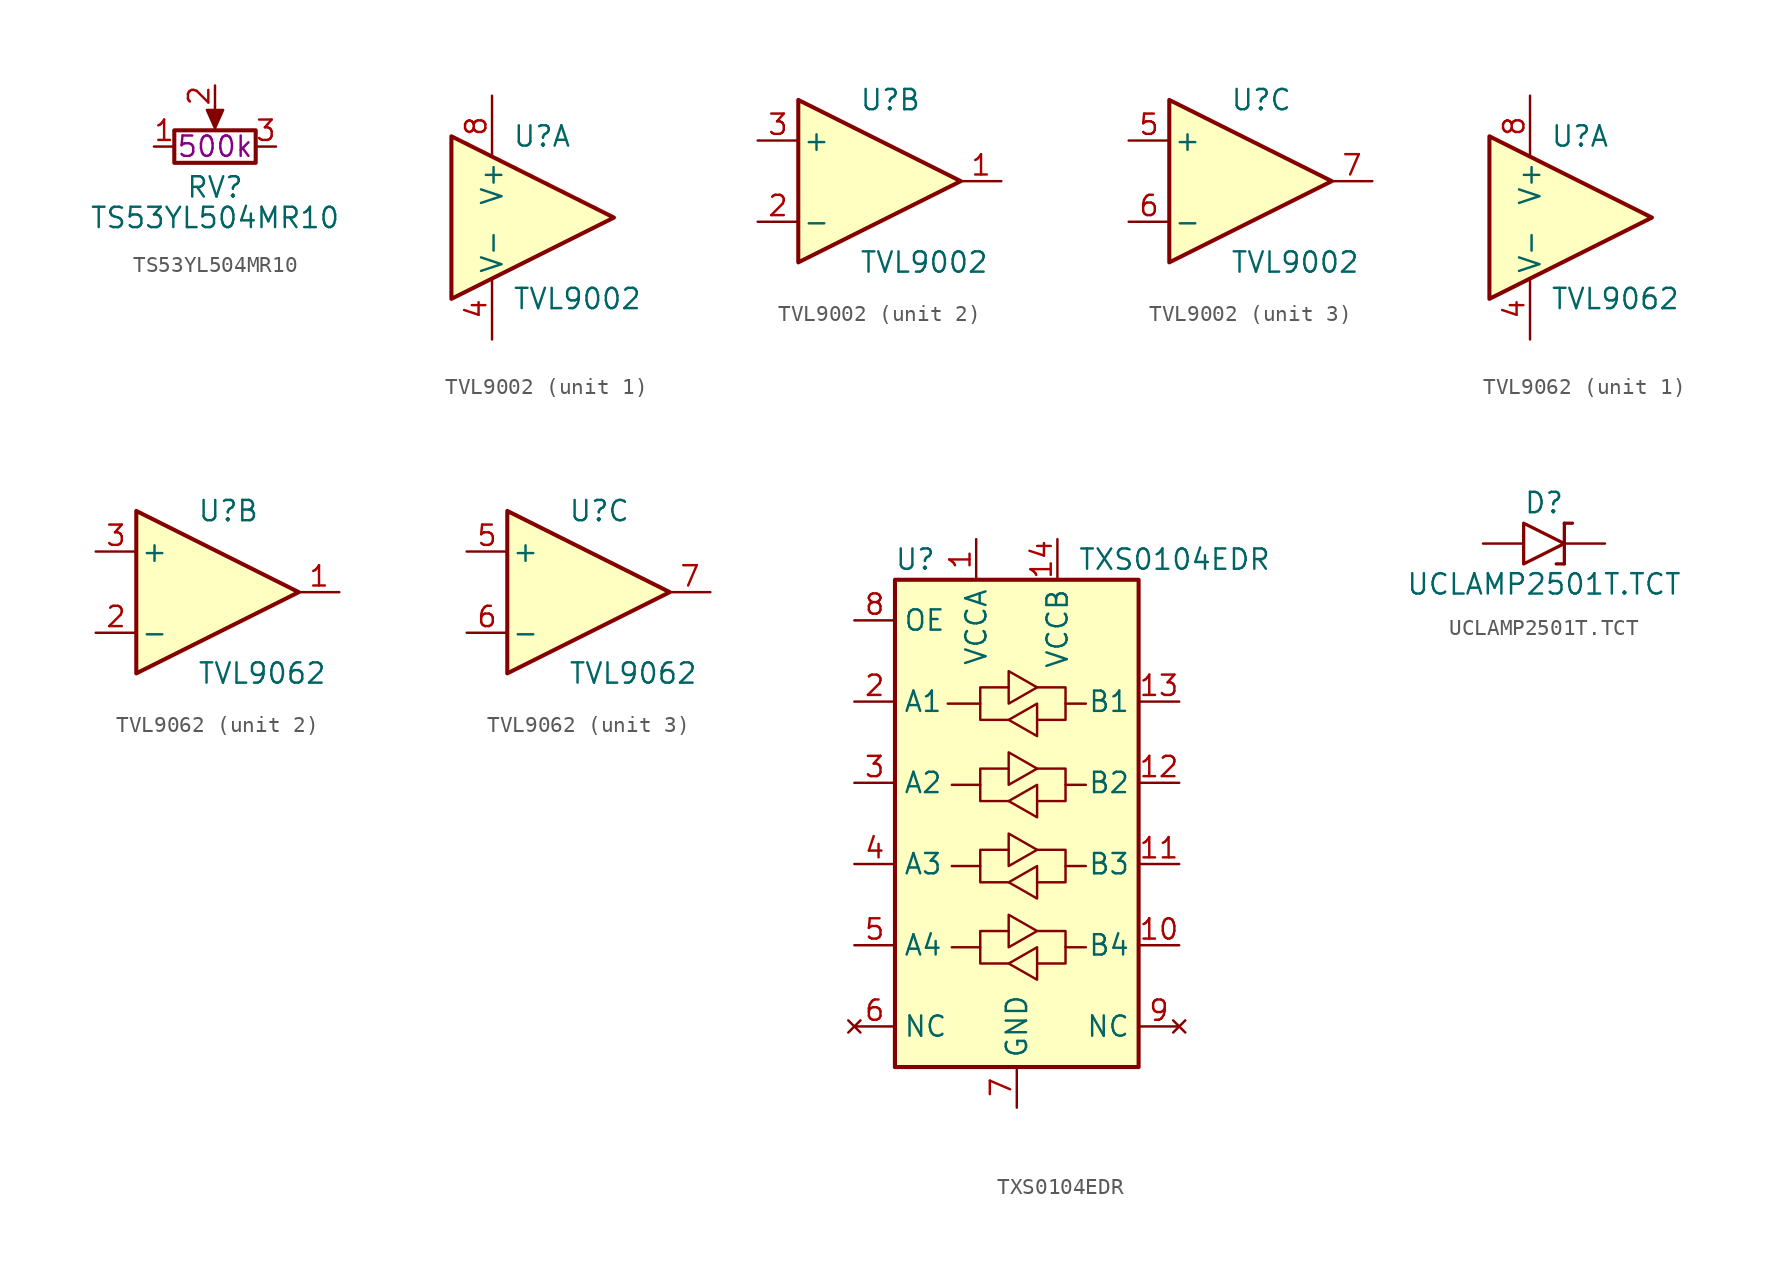
<source format=kicad_sym>
(kicad_symbol_lib
  (version 20210619)
  (generator kicad_symbol_editor)
  (symbol "custom:TS53YL504MR10"
    (pin_names
      (offset 1.016) hide)
    (property "Reference" "RV"
      (at 0 -2.54 0)
      (effects (font (size 1.27 1.27))))
    (property "Value" "TS53YL504MR10"
      (at 0 -4.445 0)
      (effects (font (size 1.27 1.27))))
    (property "Resistance" "500k"
      (at 0 0 0)
      (effects (font (size 1.27 1.27))))
    (symbol "TS53YL504MR10_0_1"
      (rectangle (start -2.54 1.016) (end 2.54 -1.016) (stroke (width 0.254)) (fill (type none)))
      (polyline (pts (xy 0 2.54) (xy 0 1.524)) (stroke (width 0)) (fill (type none)))
      (polyline (pts (xy 0 1.143) (xy -0.508 2.286) (xy 0.508 2.286) (xy 0 1.143)) (stroke (width 0)) (fill (type outline))))
    (symbol "TS53YL504MR10_1_1"
      (pin passive line (at -3.81 0 0) (length 1.27) (name "1" (effects (font (size 1.27 1.27)))) (number "1" (effects (font (size 1.27 1.27)))))
      (pin passive line (at 0 3.81 270) (length 1.27) (name "2" (effects (font (size 1.27 1.27)))) (number "2" (effects (font (size 1.27 1.27)))))
      (pin passive line (at 3.81 0 180) (length 1.27) (name "3" (effects (font (size 1.27 1.27)))) (number "3" (effects (font (size 1.27 1.27)))))))
  (symbol "custom:TVL9002"
    (pin_names
      (offset 0.254))
    (property "Reference" "U"
      (at -1.27 5.08 0)
      (effects (font (size 1.27 1.27)) (justify left)))
    (property "Value" "TVL9002"
      (at -1.27 -5.08 0)
      (effects (font (size 1.27 1.27)) (justify left)))
    (property "ki_locked" ""
      (at 0 0 0)
      (effects (font (size 1.27 1.27))))
    (symbol "TVL9002_0_1"
      (polyline (pts (xy 5.08 0) (xy -5.08 5.08) (xy -5.08 -5.08) (xy 5.08 0)) (stroke (width 0.254)) (fill (type background))))
    (symbol "TVL9002_1_1"
      (pin power_in line (at -2.54 -7.62 90) (length 3.81) (name "V-" (effects (font (size 1.27 1.27)))) (number "4" (effects (font (size 1.27 1.27)))))
      (pin power_in line (at -2.54 7.62 270) (length 3.81) (name "V+" (effects (font (size 1.27 1.27)))) (number "8" (effects (font (size 1.27 1.27))))))
    (symbol "TVL9002_2_1"
      (pin output line (at 7.62 0 180) (length 2.54) (name "~" (effects (font (size 1.27 1.27)))) (number "1" (effects (font (size 1.27 1.27)))))
      (pin input line (at -7.62 -2.54 0) (length 2.54) (name "-" (effects (font (size 1.27 1.27)))) (number "2" (effects (font (size 1.27 1.27)))))
      (pin input line (at -7.62 2.54 0) (length 2.54) (name "+" (effects (font (size 1.27 1.27)))) (number "3" (effects (font (size 1.27 1.27))))))
    (symbol "TVL9002_3_1"
      (pin input line (at -7.62 2.54 0) (length 2.54) (name "+" (effects (font (size 1.27 1.27)))) (number "5" (effects (font (size 1.27 1.27)))))
      (pin input line (at -7.62 -2.54 0) (length 2.54) (name "-" (effects (font (size 1.27 1.27)))) (number "6" (effects (font (size 1.27 1.27)))))
      (pin output line (at 7.62 0 180) (length 2.54) (name "~" (effects (font (size 1.27 1.27)))) (number "7" (effects (font (size 1.27 1.27)))))))
  (symbol "custom:TVL9062"
    (pin_names
      (offset 0.254))
    (property "Reference" "U"
      (at -1.27 5.08 0)
      (effects (font (size 1.27 1.27)) (justify left)))
    (property "Value" "TVL9062"
      (at -1.27 -5.08 0)
      (effects (font (size 1.27 1.27)) (justify left)))
    (property "ki_locked" ""
      (at 0 0 0)
      (effects (font (size 1.27 1.27))))
    (symbol "TVL9062_0_1"
      (polyline (pts (xy 5.08 0) (xy -5.08 5.08) (xy -5.08 -5.08) (xy 5.08 0)) (stroke (width 0.254)) (fill (type background))))
    (symbol "TVL9062_1_1"
      (pin power_in line (at -2.54 -7.62 90) (length 3.81) (name "V-" (effects (font (size 1.27 1.27)))) (number "4" (effects (font (size 1.27 1.27)))))
      (pin power_in line (at -2.54 7.62 270) (length 3.81) (name "V+" (effects (font (size 1.27 1.27)))) (number "8" (effects (font (size 1.27 1.27))))))
    (symbol "TVL9062_2_1"
      (pin output line (at 7.62 0 180) (length 2.54) (name "~" (effects (font (size 1.27 1.27)))) (number "1" (effects (font (size 1.27 1.27)))))
      (pin input line (at -7.62 -2.54 0) (length 2.54) (name "-" (effects (font (size 1.27 1.27)))) (number "2" (effects (font (size 1.27 1.27)))))
      (pin input line (at -7.62 2.54 0) (length 2.54) (name "+" (effects (font (size 1.27 1.27)))) (number "3" (effects (font (size 1.27 1.27))))))
    (symbol "TVL9062_3_1"
      (pin input line (at -7.62 2.54 0) (length 2.54) (name "+" (effects (font (size 1.27 1.27)))) (number "5" (effects (font (size 1.27 1.27)))))
      (pin input line (at -7.62 -2.54 0) (length 2.54) (name "-" (effects (font (size 1.27 1.27)))) (number "6" (effects (font (size 1.27 1.27)))))
      (pin output line (at 7.62 0 180) (length 2.54) (name "~" (effects (font (size 1.27 1.27)))) (number "7" (effects (font (size 1.27 1.27)))))))
  (symbol "custom:TXS0104EDR"
    (property "Reference" "U"
      (at -6.35 16.51 0)
      (effects (font (size 1.27 1.27))))
    (property "Value" "TXS0104EDR"
      (at 3.81 16.51 0)
      (effects (font (size 1.27 1.27)) (justify left)))
    (symbol "TXS0104EDR_0_1"
      (rectangle (start -7.62 -15.24) (end -7.62 -12.7) (stroke (width 0.254)) (fill (type none)))
      (rectangle (start -7.62 15.24) (end 7.62 -15.24) (stroke (width 0.254)) (fill (type background)))
      (polyline (pts (xy -2.286 -7.747) (xy -2.286 -6.731) (xy -0.508 -6.731)) (stroke (width 0)) (fill (type none)))
      (polyline (pts (xy -2.286 -2.667) (xy -2.286 -1.651) (xy -0.508 -1.651)) (stroke (width 0)) (fill (type none)))
      (polyline (pts (xy -2.286 2.413) (xy -2.286 3.429) (xy -0.508 3.429)) (stroke (width 0)) (fill (type none)))
      (polyline (pts (xy -2.286 7.493) (xy -2.286 8.509) (xy -0.508 8.509)) (stroke (width 0)) (fill (type none)))
      (polyline (pts (xy 3.048 -7.747) (xy 3.048 -8.763) (xy 1.27 -8.763)) (stroke (width 0)) (fill (type none)))
      (polyline (pts (xy 3.048 -2.667) (xy 3.048 -3.683) (xy 1.27 -3.683)) (stroke (width 0)) (fill (type none)))
      (polyline (pts (xy 3.048 2.413) (xy 3.048 1.397) (xy 1.27 1.397)) (stroke (width 0)) (fill (type none)))
      (polyline (pts (xy 3.048 7.493) (xy 3.048 6.477) (xy 1.27 6.477)) (stroke (width 0)) (fill (type none)))
      (polyline (pts (xy -0.508 -8.763) (xy -2.286 -8.763) (xy -2.286 -7.747) (xy -4.064 -7.747)) (stroke (width 0)) (fill (type none)))
      (polyline (pts (xy -0.508 -8.763) (xy 1.27 -7.747) (xy 1.27 -9.779) (xy -0.508 -8.763)) (stroke (width 0)) (fill (type none)))
      (polyline (pts (xy -0.508 -3.683) (xy -2.286 -3.683) (xy -2.286 -2.667) (xy -4.064 -2.667)) (stroke (width 0)) (fill (type none)))
      (polyline (pts (xy -0.508 -3.683) (xy 1.27 -2.667) (xy 1.27 -4.699) (xy -0.508 -3.683)) (stroke (width 0)) (fill (type none)))
      (polyline (pts (xy -0.508 1.397) (xy -2.286 1.397) (xy -2.286 2.413) (xy -4.064 2.413)) (stroke (width 0)) (fill (type none)))
      (polyline (pts (xy -0.508 1.397) (xy 1.27 2.413) (xy 1.27 0.381) (xy -0.508 1.397)) (stroke (width 0)) (fill (type none)))
      (polyline (pts (xy -0.508 6.477) (xy -2.286 6.477) (xy -2.286 7.493) (xy -4.318 7.493)) (stroke (width 0)) (fill (type none)))
      (polyline (pts (xy -0.508 6.477) (xy 1.27 7.493) (xy 1.27 5.461) (xy -0.508 6.477)) (stroke (width 0)) (fill (type none)))
      (polyline (pts (xy 1.27 -6.731) (xy -0.508 -7.747) (xy -0.508 -5.715) (xy 1.27 -6.731)) (stroke (width 0)) (fill (type none)))
      (polyline (pts (xy 1.27 -6.731) (xy 3.048 -6.731) (xy 3.048 -7.747) (xy 4.318 -7.747)) (stroke (width 0)) (fill (type none)))
      (polyline (pts (xy 1.27 -1.651) (xy -0.508 -2.667) (xy -0.508 -0.635) (xy 1.27 -1.651)) (stroke (width 0)) (fill (type none)))
      (polyline (pts (xy 1.27 -1.651) (xy 3.048 -1.651) (xy 3.048 -2.667) (xy 4.318 -2.667)) (stroke (width 0)) (fill (type none)))
      (polyline (pts (xy 1.27 3.429) (xy -0.508 2.413) (xy -0.508 4.445) (xy 1.27 3.429)) (stroke (width 0)) (fill (type none)))
      (polyline (pts (xy 1.27 3.429) (xy 3.048 3.429) (xy 3.048 2.413) (xy 4.318 2.413)) (stroke (width 0)) (fill (type none)))
      (polyline (pts (xy 1.27 8.509) (xy -0.508 7.493) (xy -0.508 9.525) (xy 1.27 8.509)) (stroke (width 0)) (fill (type none)))
      (polyline (pts (xy 1.27 8.509) (xy 3.048 8.509) (xy 3.048 7.493) (xy 4.318 7.493)) (stroke (width 0)) (fill (type none))))
    (symbol "TXS0104EDR_1_1"
      (pin power_in line (at -2.54 17.78 270) (length 2.54) (name "VCCA" (effects (font (size 1.27 1.27)))) (number "1" (effects (font (size 1.27 1.27)))))
      (pin bidirectional line (at 10.16 -7.62 180) (length 2.54) (name "B4" (effects (font (size 1.27 1.27)))) (number "10" (effects (font (size 1.27 1.27)))))
      (pin bidirectional line (at 10.16 -2.54 180) (length 2.54) (name "B3" (effects (font (size 1.27 1.27)))) (number "11" (effects (font (size 1.27 1.27)))))
      (pin bidirectional line (at 10.16 2.54 180) (length 2.54) (name "B2" (effects (font (size 1.27 1.27)))) (number "12" (effects (font (size 1.27 1.27)))))
      (pin bidirectional line (at 10.16 7.62 180) (length 2.54) (name "B1" (effects (font (size 1.27 1.27)))) (number "13" (effects (font (size 1.27 1.27)))))
      (pin power_in line (at 2.54 17.78 270) (length 2.54) (name "VCCB" (effects (font (size 1.27 1.27)))) (number "14" (effects (font (size 1.27 1.27)))))
      (pin bidirectional line (at -10.16 7.62 0) (length 2.54) (name "A1" (effects (font (size 1.27 1.27)))) (number "2" (effects (font (size 1.27 1.27)))))
      (pin bidirectional line (at -10.16 2.54 0) (length 2.54) (name "A2" (effects (font (size 1.27 1.27)))) (number "3" (effects (font (size 1.27 1.27)))))
      (pin bidirectional line (at -10.16 -2.54 0) (length 2.54) (name "A3" (effects (font (size 1.27 1.27)))) (number "4" (effects (font (size 1.27 1.27)))))
      (pin bidirectional line (at -10.16 -7.62 0) (length 2.54) (name "A4" (effects (font (size 1.27 1.27)))) (number "5" (effects (font (size 1.27 1.27)))))
      (pin no_connect line (at -10.16 -12.7 0) (length 2.54) (name "NC" (effects (font (size 1.27 1.27)))) (number "6" (effects (font (size 1.27 1.27)))))
      (pin power_in line (at 0 -17.78 90) (length 2.54) (name "GND" (effects (font (size 1.27 1.27)))) (number "7" (effects (font (size 1.27 1.27)))))
      (pin input line (at -10.16 12.7 0) (length 2.54) (name "OE" (effects (font (size 1.27 1.27)))) (number "8" (effects (font (size 1.27 1.27)))))
      (pin no_connect line (at 10.16 -12.7 180) (length 2.54) (name "NC" (effects (font (size 1.27 1.27)))) (number "9" (effects (font (size 1.27 1.27)))))))
  (symbol "custom:UCLAMP2501T.TCT"
    (pin_numbers hide)
    (pin_names
      (offset 1.016) hide)
    (property "Reference" "D"
      (at 0 2.54 0)
      (effects (font (size 1.27 1.27))))
    (property "Value" "UCLAMP2501T.TCT"
      (at 0 -2.54 0)
      (effects (font (size 1.27 1.27))))
    (symbol "UCLAMP2501T.TCT_0_1"
      (polyline (pts (xy 1.27 -1.27) (xy 0.762 -1.27)) (stroke (width 0.203)) (fill (type none)))
      (polyline (pts (xy 1.27 1.27) (xy 1.27 -1.27)) (stroke (width 0.203)) (fill (type none)))
      (polyline (pts (xy 1.27 1.27) (xy 1.778 1.27)) (stroke (width 0.203)) (fill (type none)))
      (polyline (pts (xy -1.27 1.27) (xy -1.27 -1.27) (xy 1.27 0) (xy -1.27 1.27)) (stroke (width 0.203)) (fill (type none))))
    (symbol "UCLAMP2501T.TCT_1_1"
      (pin passive line (at 3.81 0 180) (length 2.54) (name "K" (effects (font (size 1.27 1.27)))) (number "1" (effects (font (size 1.27 1.27)))))
      (pin passive line (at -3.81 0 0) (length 2.54) (name "A" (effects (font (size 1.27 1.27)))) (number "2" (effects (font (size 1.27 1.27))))))))
</source>
